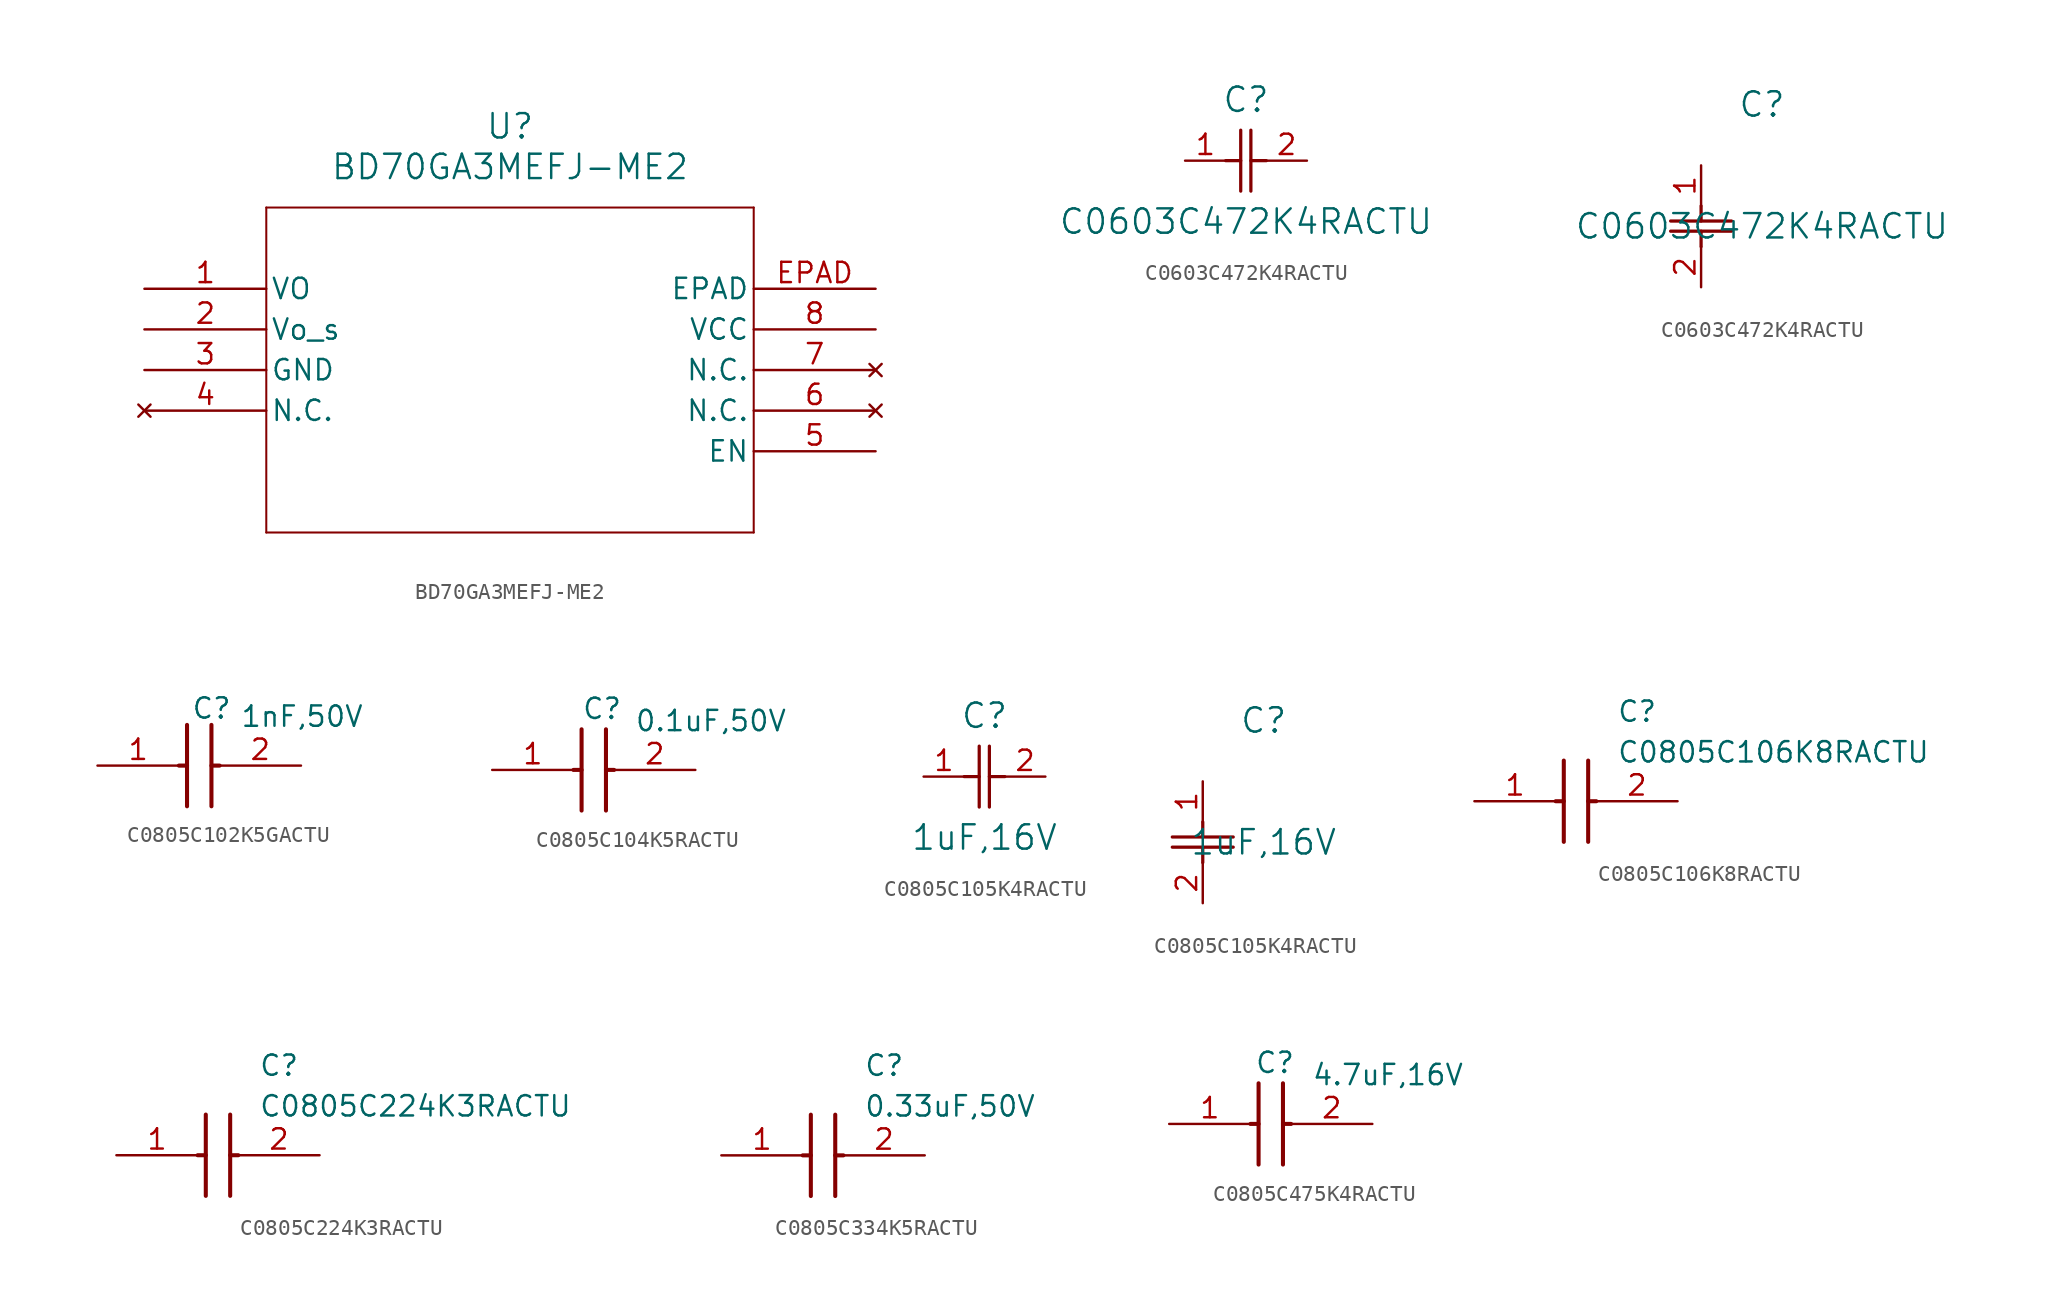
<source format=kicad_sym>
(kicad_symbol_lib
  (version 20241209)
  (generator "kicad_symbol_editor")
  (generator_version "9.0")
  (symbol "BD70GA3MEFJ-ME2"
    (pin_names
      (offset 0.254))
    (property "Reference" "U"
      (at 22.86 10.16 0)
      (effects (font (size 1.524 1.524))))
    (property "Value" "BD70GA3MEFJ-ME2"
      (at 22.86 7.62 0)
      (effects (font (size 1.524 1.524))))
    (symbol "BD70GA3MEFJ-ME2_0_1"
      (polyline (pts (xy 7.62 5.08) (xy 7.62 -15.24)) (stroke (width 0.127) (type default)) (fill (type none)))
      (polyline (pts (xy 7.62 -15.24) (xy 38.1 -15.24)) (stroke (width 0.127) (type default)) (fill (type none)))
      (polyline (pts (xy 38.1 5.08) (xy 7.62 5.08)) (stroke (width 0.127) (type default)) (fill (type none)))
      (polyline (pts (xy 38.1 -15.24) (xy 38.1 5.08)) (stroke (width 0.127) (type default)) (fill (type none)))
      (pin unspecified line (at 0 0 0) (length 7.62) (name "VO" (effects (font (size 1.27 1.27)))) (number "1" (effects (font (size 1.27 1.27)))))
      (pin power_out line (at 0 -5.08 0) (length 7.62) (name "GND" (effects (font (size 1.27 1.27)))) (number "3" (effects (font (size 1.27 1.27)))))
      (pin no_connect line (at 0 -7.62 0) (length 7.62) (name "N.C." (effects (font (size 1.27 1.27)))) (number "4" (effects (font (size 1.27 1.27)))))
      (pin unspecified line (at 45.72 0 180) (length 7.62) (name "EPAD" (effects (font (size 1.27 1.27)))) (number "EPAD" (effects (font (size 1.27 1.27)))))
      (pin power_in line (at 45.72 -2.54 180) (length 7.62) (name "VCC" (effects (font (size 1.27 1.27)))) (number "8" (effects (font (size 1.27 1.27)))))
      (pin no_connect line (at 45.72 -5.08 180) (length 7.62) (name "N.C." (effects (font (size 1.27 1.27)))) (number "7" (effects (font (size 1.27 1.27)))))
      (pin no_connect line (at 45.72 -7.62 180) (length 7.62) (name "N.C." (effects (font (size 1.27 1.27)))) (number "6" (effects (font (size 1.27 1.27)))))
      (pin unspecified line (at 45.72 -10.16 180) (length 7.62) (name "EN" (effects (font (size 1.27 1.27)))) (number "5" (effects (font (size 1.27 1.27))))))
    (symbol "BD70GA3MEFJ-ME2_1_1"
      (pin unspecified line (at 0 -2.54 0) (length 7.62) (name "Vo_s" (effects (font (size 1.27 1.27)))) (number "2" (effects (font (size 1.27 1.27)))))))
  (symbol "C0603C472K4RACTU"
    (pin_names
      (offset 0.254))
    (property "Reference" "C"
      (at 3.81 3.81 0)
      (effects (font (size 1.524 1.524))))
    (property "Value" "C0603C472K4RACTU"
      (at 3.81 -3.81 0)
      (effects (font (size 1.524 1.524))))
    (property "ki_locked" ""
      (at 0 0 0)
      (effects (font (size 1.27 1.27))))
    (symbol "C0603C472K4RACTU_1_1"
      (polyline (pts (xy 2.54 0) (xy 3.48 0)) (stroke (width 0.203) (type default)) (fill (type none)))
      (polyline (pts (xy 3.48 -1.905) (xy 3.48 1.905)) (stroke (width 0.203) (type default)) (fill (type none)))
      (polyline (pts (xy 4.115 0) (xy 5.08 0)) (stroke (width 0.203) (type default)) (fill (type none)))
      (polyline (pts (xy 4.115 -1.905) (xy 4.115 1.905)) (stroke (width 0.203) (type default)) (fill (type none)))
      (pin unspecified line (at 0 0 0) (length 2.54) (name "" (effects (font (size 1.27 1.27)))) (number "1" (effects (font (size 1.27 1.27)))))
      (pin unspecified line (at 7.62 0 180) (length 2.54) (name "" (effects (font (size 1.27 1.27)))) (number "2" (effects (font (size 1.27 1.27))))))
    (symbol "C0603C472K4RACTU_1_2"
      (polyline (pts (xy -1.905 -3.48) (xy 1.905 -3.48)) (stroke (width 0.203) (type default)) (fill (type none)))
      (polyline (pts (xy -1.905 -4.115) (xy 1.905 -4.115)) (stroke (width 0.203) (type default)) (fill (type none)))
      (polyline (pts (xy 0 -2.54) (xy 0 -3.48)) (stroke (width 0.203) (type default)) (fill (type none)))
      (polyline (pts (xy 0 -4.115) (xy 0 -5.08)) (stroke (width 0.203) (type default)) (fill (type none)))
      (pin unspecified line (at 0 0 270) (length 2.54) (name "" (effects (font (size 1.27 1.27)))) (number "1" (effects (font (size 1.27 1.27)))))
      (pin unspecified line (at 0 -7.62 90) (length 2.54) (name "" (effects (font (size 1.27 1.27)))) (number "2" (effects (font (size 1.27 1.27)))))))
  (symbol "C0805C102K5GACTU"
    (pin_names
      (hide yes))
    (property "Reference" "C"
      (at 5.842 4.318 0)
      (effects (font (size 1.27 1.27)) (justify left top)))
    (property "Value" "1nF,50V"
      (at 8.89 3.81 0)
      (effects (font (size 1.27 1.27)) (justify left top)))
    (symbol "C0805C102K5GACTU_1_1"
      (polyline (pts (xy 5.08 0) (xy 5.588 0)) (stroke (width 0.254) (type default)) (fill (type none)))
      (polyline (pts (xy 5.588 2.54) (xy 5.588 -2.54)) (stroke (width 0.254) (type default)) (fill (type none)))
      (polyline (pts (xy 7.112 2.54) (xy 7.112 -2.54)) (stroke (width 0.254) (type default)) (fill (type none)))
      (polyline (pts (xy 7.112 0) (xy 7.62 0)) (stroke (width 0.254) (type default)) (fill (type none)))
      (pin passive line (at 0 0 0) (length 5.08) (name "1" (effects (font (size 1.27 1.27)))) (number "1" (effects (font (size 1.27 1.27)))))
      (pin passive line (at 12.7 0 180) (length 5.08) (name "2" (effects (font (size 1.27 1.27)))) (number "2" (effects (font (size 1.27 1.27)))))))
  (symbol "C0805C104K5RACTU"
    (pin_names
      (hide yes))
    (property "Reference" "C"
      (at 5.588 4.572 0)
      (effects (font (size 1.27 1.27)) (justify left top)))
    (property "Value" "0.1uF,50V"
      (at 8.89 3.81 0)
      (effects (font (size 1.27 1.27)) (justify left top)))
    (symbol "C0805C104K5RACTU_1_1"
      (polyline (pts (xy 5.08 0) (xy 5.588 0)) (stroke (width 0.254) (type default)) (fill (type none)))
      (polyline (pts (xy 5.588 2.54) (xy 5.588 -2.54)) (stroke (width 0.254) (type default)) (fill (type none)))
      (polyline (pts (xy 7.112 2.54) (xy 7.112 -2.54)) (stroke (width 0.254) (type default)) (fill (type none)))
      (polyline (pts (xy 7.112 0) (xy 7.62 0)) (stroke (width 0.254) (type default)) (fill (type none)))
      (pin passive line (at 0 0 0) (length 5.08) (name "1" (effects (font (size 1.27 1.27)))) (number "1" (effects (font (size 1.27 1.27)))))
      (pin passive line (at 12.7 0 180) (length 5.08) (name "2" (effects (font (size 1.27 1.27)))) (number "2" (effects (font (size 1.27 1.27)))))))
  (symbol "C0805C105K4RACTU"
    (pin_names
      (offset 0.254))
    (property "Reference" "C"
      (at 3.81 3.81 0)
      (effects (font (size 1.524 1.524))))
    (property "Value" "1uF,16V"
      (at 3.81 -3.81 0)
      (effects (font (size 1.524 1.524))))
    (symbol "C0805C105K4RACTU_1_1"
      (polyline (pts (xy 2.54 0) (xy 3.48 0)) (stroke (width 0.203) (type default)) (fill (type none)))
      (polyline (pts (xy 3.48 -1.905) (xy 3.48 1.905)) (stroke (width 0.203) (type default)) (fill (type none)))
      (polyline (pts (xy 4.115 0) (xy 5.08 0)) (stroke (width 0.203) (type default)) (fill (type none)))
      (polyline (pts (xy 4.115 -1.905) (xy 4.115 1.905)) (stroke (width 0.203) (type default)) (fill (type none)))
      (pin unspecified line (at 0 0 0) (length 2.54) (name "" (effects (font (size 1.27 1.27)))) (number "1" (effects (font (size 1.27 1.27)))))
      (pin unspecified line (at 7.62 0 180) (length 2.54) (name "" (effects (font (size 1.27 1.27)))) (number "2" (effects (font (size 1.27 1.27))))))
    (symbol "C0805C105K4RACTU_1_2"
      (polyline (pts (xy -1.905 -3.48) (xy 1.905 -3.48)) (stroke (width 0.203) (type default)) (fill (type none)))
      (polyline (pts (xy -1.905 -4.115) (xy 1.905 -4.115)) (stroke (width 0.203) (type default)) (fill (type none)))
      (polyline (pts (xy 0 -2.54) (xy 0 -3.48)) (stroke (width 0.203) (type default)) (fill (type none)))
      (polyline (pts (xy 0 -4.115) (xy 0 -5.08)) (stroke (width 0.203) (type default)) (fill (type none)))
      (pin unspecified line (at 0 0 270) (length 2.54) (name "" (effects (font (size 1.27 1.27)))) (number "1" (effects (font (size 1.27 1.27)))))
      (pin unspecified line (at 0 -7.62 90) (length 2.54) (name "" (effects (font (size 1.27 1.27)))) (number "2" (effects (font (size 1.27 1.27)))))))
  (symbol "C0805C106K8RACTU"
    (pin_names
      (hide yes))
    (property "Reference" "C"
      (at 8.89 6.35 0)
      (effects (font (size 1.27 1.27)) (justify left top)))
    (property "Value" "C0805C106K8RACTU"
      (at 8.89 3.81 0)
      (effects (font (size 1.27 1.27)) (justify left top)))
    (symbol "C0805C106K8RACTU_1_1"
      (polyline (pts (xy 5.08 0) (xy 5.588 0)) (stroke (width 0.254) (type default)) (fill (type none)))
      (polyline (pts (xy 5.588 2.54) (xy 5.588 -2.54)) (stroke (width 0.254) (type default)) (fill (type none)))
      (polyline (pts (xy 7.112 2.54) (xy 7.112 -2.54)) (stroke (width 0.254) (type default)) (fill (type none)))
      (polyline (pts (xy 7.112 0) (xy 7.62 0)) (stroke (width 0.254) (type default)) (fill (type none)))
      (pin passive line (at 0 0 0) (length 5.08) (name "1" (effects (font (size 1.27 1.27)))) (number "1" (effects (font (size 1.27 1.27)))))
      (pin passive line (at 12.7 0 180) (length 5.08) (name "2" (effects (font (size 1.27 1.27)))) (number "2" (effects (font (size 1.27 1.27)))))))
  (symbol "C0805C224K3RACTU"
    (pin_names
      (hide yes))
    (property "Reference" "C"
      (at 8.89 6.35 0)
      (effects (font (size 1.27 1.27)) (justify left top)))
    (property "Value" "C0805C224K3RACTU"
      (at 8.89 3.81 0)
      (effects (font (size 1.27 1.27)) (justify left top)))
    (symbol "C0805C224K3RACTU_1_1"
      (polyline (pts (xy 5.08 0) (xy 5.588 0)) (stroke (width 0.254) (type default)) (fill (type none)))
      (polyline (pts (xy 5.588 2.54) (xy 5.588 -2.54)) (stroke (width 0.254) (type default)) (fill (type none)))
      (polyline (pts (xy 7.112 2.54) (xy 7.112 -2.54)) (stroke (width 0.254) (type default)) (fill (type none)))
      (polyline (pts (xy 7.112 0) (xy 7.62 0)) (stroke (width 0.254) (type default)) (fill (type none)))
      (pin passive line (at 0 0 0) (length 5.08) (name "1" (effects (font (size 1.27 1.27)))) (number "1" (effects (font (size 1.27 1.27)))))
      (pin passive line (at 12.7 0 180) (length 5.08) (name "2" (effects (font (size 1.27 1.27)))) (number "2" (effects (font (size 1.27 1.27)))))))
  (symbol "C0805C334K5RACTU"
    (pin_names
      (hide yes))
    (property "Reference" "C"
      (at 8.89 6.35 0)
      (effects (font (size 1.27 1.27)) (justify left top)))
    (property "Value" "0.33uF,50V"
      (at 8.89 3.81 0)
      (effects (font (size 1.27 1.27)) (justify left top)))
    (symbol "C0805C334K5RACTU_1_1"
      (polyline (pts (xy 5.08 0) (xy 5.588 0)) (stroke (width 0.254) (type default)) (fill (type none)))
      (polyline (pts (xy 5.588 2.54) (xy 5.588 -2.54)) (stroke (width 0.254) (type default)) (fill (type none)))
      (polyline (pts (xy 7.112 2.54) (xy 7.112 -2.54)) (stroke (width 0.254) (type default)) (fill (type none)))
      (polyline (pts (xy 7.112 0) (xy 7.62 0)) (stroke (width 0.254) (type default)) (fill (type none)))
      (pin passive line (at 0 0 0) (length 5.08) (name "1" (effects (font (size 1.27 1.27)))) (number "1" (effects (font (size 1.27 1.27)))))
      (pin passive line (at 12.7 0 180) (length 5.08) (name "2" (effects (font (size 1.27 1.27)))) (number "2" (effects (font (size 1.27 1.27)))))))
  (symbol "C0805C475K4RACTU"
    (pin_names
      (hide yes))
    (property "Reference" "C"
      (at 5.334 4.572 0)
      (effects (font (size 1.27 1.27)) (justify left top)))
    (property "Value" "4.7uF,16V"
      (at 8.89 3.81 0)
      (effects (font (size 1.27 1.27)) (justify left top)))
    (symbol "C0805C475K4RACTU_1_1"
      (polyline (pts (xy 5.08 0) (xy 5.588 0)) (stroke (width 0.254) (type default)) (fill (type none)))
      (polyline (pts (xy 5.588 2.54) (xy 5.588 -2.54)) (stroke (width 0.254) (type default)) (fill (type none)))
      (polyline (pts (xy 7.112 2.54) (xy 7.112 -2.54)) (stroke (width 0.254) (type default)) (fill (type none)))
      (polyline (pts (xy 7.112 0) (xy 7.62 0)) (stroke (width 0.254) (type default)) (fill (type none)))
      (pin passive line (at 0 0 0) (length 5.08) (name "1" (effects (font (size 1.27 1.27)))) (number "1" (effects (font (size 1.27 1.27)))))
      (pin passive line (at 12.7 0 180) (length 5.08) (name "2" (effects (font (size 1.27 1.27)))) (number "2" (effects (font (size 1.27 1.27))))))))
</source>
